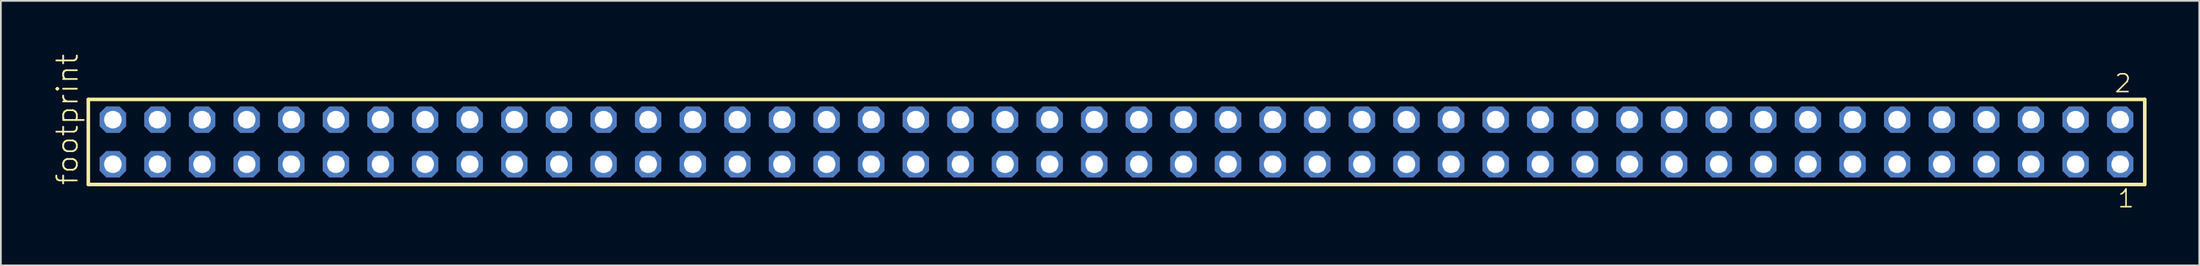
<source format=kicad_pcb>
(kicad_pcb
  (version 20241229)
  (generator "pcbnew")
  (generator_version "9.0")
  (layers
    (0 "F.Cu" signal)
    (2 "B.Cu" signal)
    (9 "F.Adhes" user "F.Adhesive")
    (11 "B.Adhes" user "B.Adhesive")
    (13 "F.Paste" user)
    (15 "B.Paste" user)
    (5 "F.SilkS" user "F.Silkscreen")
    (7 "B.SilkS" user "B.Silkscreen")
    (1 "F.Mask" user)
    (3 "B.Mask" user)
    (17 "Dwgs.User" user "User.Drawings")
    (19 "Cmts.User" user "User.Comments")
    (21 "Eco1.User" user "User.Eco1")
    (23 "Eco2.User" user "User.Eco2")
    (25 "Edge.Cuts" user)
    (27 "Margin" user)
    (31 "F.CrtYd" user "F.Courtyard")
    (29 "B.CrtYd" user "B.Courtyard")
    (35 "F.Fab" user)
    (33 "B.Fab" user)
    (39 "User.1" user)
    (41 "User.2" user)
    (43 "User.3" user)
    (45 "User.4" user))
  (footprint "footprint"
    (layer "F.Cu")
    (at 60.528 5.042)
    (property "Reference" "footprint" (at -59.055 2.54 90) (layer "F.SilkS") (effects (font (size 1.168 1.168) (thickness 0.102)) (justify left bottom)))
    (fp_line (start -58.549 -2.425) (end 58.549 -2.425) (stroke (width 0.203) (type solid)) (layer "F.SilkS"))
    (fp_line (start -58.549 2.425) (end -58.549 -2.425) (stroke (width 0.203) (type solid)) (layer "F.SilkS"))
    (fp_line (start 58.549 -2.425) (end 58.549 2.425) (stroke (width 0.203) (type solid)) (layer "F.SilkS"))
    (fp_line (start 58.549 2.425) (end -58.549 2.425) (stroke (width 0.203) (type solid)) (layer "F.SilkS"))
    (fp_poly (pts (xy -57.5 -0.92) (xy -56.8 -0.92) (xy -56.8 -1.62) (xy -57.5 -1.62)) (stroke (width 0.1) (type solid)) (fill no) (layer "F.Fab"))
    (fp_poly (pts (xy -57.5 1.62) (xy -56.8 1.62) (xy -56.8 0.92) (xy -57.5 0.92)) (stroke (width 0.1) (type solid)) (fill no) (layer "F.Fab"))
    (fp_poly (pts (xy -54.96 -0.92) (xy -54.26 -0.92) (xy -54.26 -1.62) (xy -54.96 -1.62)) (stroke (width 0.1) (type solid)) (fill no) (layer "F.Fab"))
    (fp_poly (pts (xy -54.96 1.62) (xy -54.26 1.62) (xy -54.26 0.92) (xy -54.96 0.92)) (stroke (width 0.1) (type solid)) (fill no) (layer "F.Fab"))
    (fp_poly (pts (xy -52.42 -0.92) (xy -51.72 -0.92) (xy -51.72 -1.62) (xy -52.42 -1.62)) (stroke (width 0.1) (type solid)) (fill no) (layer "F.Fab"))
    (fp_poly (pts (xy -52.42 1.62) (xy -51.72 1.62) (xy -51.72 0.92) (xy -52.42 0.92)) (stroke (width 0.1) (type solid)) (fill no) (layer "F.Fab"))
    (fp_poly (pts (xy -49.88 -0.92) (xy -49.18 -0.92) (xy -49.18 -1.62) (xy -49.88 -1.62)) (stroke (width 0.1) (type solid)) (fill no) (layer "F.Fab"))
    (fp_poly (pts (xy -49.88 1.62) (xy -49.18 1.62) (xy -49.18 0.92) (xy -49.88 0.92)) (stroke (width 0.1) (type solid)) (fill no) (layer "F.Fab"))
    (fp_poly (pts (xy -47.34 -0.92) (xy -46.64 -0.92) (xy -46.64 -1.62) (xy -47.34 -1.62)) (stroke (width 0.1) (type solid)) (fill no) (layer "F.Fab"))
    (fp_poly (pts (xy -47.34 1.62) (xy -46.64 1.62) (xy -46.64 0.92) (xy -47.34 0.92)) (stroke (width 0.1) (type solid)) (fill no) (layer "F.Fab"))
    (fp_poly (pts (xy -44.8 -0.92) (xy -44.1 -0.92) (xy -44.1 -1.62) (xy -44.8 -1.62)) (stroke (width 0.1) (type solid)) (fill no) (layer "F.Fab"))
    (fp_poly (pts (xy -44.8 1.62) (xy -44.1 1.62) (xy -44.1 0.92) (xy -44.8 0.92)) (stroke (width 0.1) (type solid)) (fill no) (layer "F.Fab"))
    (fp_poly (pts (xy -42.26 -0.92) (xy -41.56 -0.92) (xy -41.56 -1.62) (xy -42.26 -1.62)) (stroke (width 0.1) (type solid)) (fill no) (layer "F.Fab"))
    (fp_poly (pts (xy -42.26 1.62) (xy -41.56 1.62) (xy -41.56 0.92) (xy -42.26 0.92)) (stroke (width 0.1) (type solid)) (fill no) (layer "F.Fab"))
    (fp_poly (pts (xy -39.72 -0.92) (xy -39.02 -0.92) (xy -39.02 -1.62) (xy -39.72 -1.62)) (stroke (width 0.1) (type solid)) (fill no) (layer "F.Fab"))
    (fp_poly (pts (xy -39.72 1.62) (xy -39.02 1.62) (xy -39.02 0.92) (xy -39.72 0.92)) (stroke (width 0.1) (type solid)) (fill no) (layer "F.Fab"))
    (fp_poly (pts (xy -37.18 -0.92) (xy -36.48 -0.92) (xy -36.48 -1.62) (xy -37.18 -1.62)) (stroke (width 0.1) (type solid)) (fill no) (layer "F.Fab"))
    (fp_poly (pts (xy -37.18 1.62) (xy -36.48 1.62) (xy -36.48 0.92) (xy -37.18 0.92)) (stroke (width 0.1) (type solid)) (fill no) (layer "F.Fab"))
    (fp_poly (pts (xy -34.64 -0.92) (xy -33.94 -0.92) (xy -33.94 -1.62) (xy -34.64 -1.62)) (stroke (width 0.1) (type solid)) (fill no) (layer "F.Fab"))
    (fp_poly (pts (xy -34.64 1.62) (xy -33.94 1.62) (xy -33.94 0.92) (xy -34.64 0.92)) (stroke (width 0.1) (type solid)) (fill no) (layer "F.Fab"))
    (fp_poly (pts (xy -32.1 -0.92) (xy -31.4 -0.92) (xy -31.4 -1.62) (xy -32.1 -1.62)) (stroke (width 0.1) (type solid)) (fill no) (layer "F.Fab"))
    (fp_poly (pts (xy -32.1 1.62) (xy -31.4 1.62) (xy -31.4 0.92) (xy -32.1 0.92)) (stroke (width 0.1) (type solid)) (fill no) (layer "F.Fab"))
    (fp_poly (pts (xy -29.56 -0.92) (xy -28.86 -0.92) (xy -28.86 -1.62) (xy -29.56 -1.62)) (stroke (width 0.1) (type solid)) (fill no) (layer "F.Fab"))
    (fp_poly (pts (xy -29.56 1.62) (xy -28.86 1.62) (xy -28.86 0.92) (xy -29.56 0.92)) (stroke (width 0.1) (type solid)) (fill no) (layer "F.Fab"))
    (fp_poly (pts (xy -27.02 -0.92) (xy -26.32 -0.92) (xy -26.32 -1.62) (xy -27.02 -1.62)) (stroke (width 0.1) (type solid)) (fill no) (layer "F.Fab"))
    (fp_poly (pts (xy -27.02 1.62) (xy -26.32 1.62) (xy -26.32 0.92) (xy -27.02 0.92)) (stroke (width 0.1) (type solid)) (fill no) (layer "F.Fab"))
    (fp_poly (pts (xy -24.48 -0.92) (xy -23.78 -0.92) (xy -23.78 -1.62) (xy -24.48 -1.62)) (stroke (width 0.1) (type solid)) (fill no) (layer "F.Fab"))
    (fp_poly (pts (xy -24.48 1.62) (xy -23.78 1.62) (xy -23.78 0.92) (xy -24.48 0.92)) (stroke (width 0.1) (type solid)) (fill no) (layer "F.Fab"))
    (fp_poly (pts (xy -21.94 -0.92) (xy -21.24 -0.92) (xy -21.24 -1.62) (xy -21.94 -1.62)) (stroke (width 0.1) (type solid)) (fill no) (layer "F.Fab"))
    (fp_poly (pts (xy -21.94 1.62) (xy -21.24 1.62) (xy -21.24 0.92) (xy -21.94 0.92)) (stroke (width 0.1) (type solid)) (fill no) (layer "F.Fab"))
    (fp_poly (pts (xy -19.4 -0.92) (xy -18.7 -0.92) (xy -18.7 -1.62) (xy -19.4 -1.62)) (stroke (width 0.1) (type solid)) (fill no) (layer "F.Fab"))
    (fp_poly (pts (xy -19.4 1.62) (xy -18.7 1.62) (xy -18.7 0.92) (xy -19.4 0.92)) (stroke (width 0.1) (type solid)) (fill no) (layer "F.Fab"))
    (fp_poly (pts (xy -16.86 -0.92) (xy -16.16 -0.92) (xy -16.16 -1.62) (xy -16.86 -1.62)) (stroke (width 0.1) (type solid)) (fill no) (layer "F.Fab"))
    (fp_poly (pts (xy -16.86 1.62) (xy -16.16 1.62) (xy -16.16 0.92) (xy -16.86 0.92)) (stroke (width 0.1) (type solid)) (fill no) (layer "F.Fab"))
    (fp_poly (pts (xy -14.32 -0.92) (xy -13.62 -0.92) (xy -13.62 -1.62) (xy -14.32 -1.62)) (stroke (width 0.1) (type solid)) (fill no) (layer "F.Fab"))
    (fp_poly (pts (xy -14.32 1.62) (xy -13.62 1.62) (xy -13.62 0.92) (xy -14.32 0.92)) (stroke (width 0.1) (type solid)) (fill no) (layer "F.Fab"))
    (fp_poly (pts (xy -11.78 -0.92) (xy -11.08 -0.92) (xy -11.08 -1.62) (xy -11.78 -1.62)) (stroke (width 0.1) (type solid)) (fill no) (layer "F.Fab"))
    (fp_poly (pts (xy -11.78 1.62) (xy -11.08 1.62) (xy -11.08 0.92) (xy -11.78 0.92)) (stroke (width 0.1) (type solid)) (fill no) (layer "F.Fab"))
    (fp_poly (pts (xy -9.24 -0.92) (xy -8.54 -0.92) (xy -8.54 -1.62) (xy -9.24 -1.62)) (stroke (width 0.1) (type solid)) (fill no) (layer "F.Fab"))
    (fp_poly (pts (xy -9.24 1.62) (xy -8.54 1.62) (xy -8.54 0.92) (xy -9.24 0.92)) (stroke (width 0.1) (type solid)) (fill no) (layer "F.Fab"))
    (fp_poly (pts (xy -6.7 -0.92) (xy -6 -0.92) (xy -6 -1.62) (xy -6.7 -1.62)) (stroke (width 0.1) (type solid)) (fill no) (layer "F.Fab"))
    (fp_poly (pts (xy -6.7 1.62) (xy -6 1.62) (xy -6 0.92) (xy -6.7 0.92)) (stroke (width 0.1) (type solid)) (fill no) (layer "F.Fab"))
    (fp_poly (pts (xy -4.16 -0.92) (xy -3.46 -0.92) (xy -3.46 -1.62) (xy -4.16 -1.62)) (stroke (width 0.1) (type solid)) (fill no) (layer "F.Fab"))
    (fp_poly (pts (xy -4.16 1.62) (xy -3.46 1.62) (xy -3.46 0.92) (xy -4.16 0.92)) (stroke (width 0.1) (type solid)) (fill no) (layer "F.Fab"))
    (fp_poly (pts (xy -1.62 -0.92) (xy -0.92 -0.92) (xy -0.92 -1.62) (xy -1.62 -1.62)) (stroke (width 0.1) (type solid)) (fill no) (layer "F.Fab"))
    (fp_poly (pts (xy -1.62 1.62) (xy -0.92 1.62) (xy -0.92 0.92) (xy -1.62 0.92)) (stroke (width 0.1) (type solid)) (fill no) (layer "F.Fab"))
    (fp_poly (pts (xy 0.92 -0.92) (xy 1.62 -0.92) (xy 1.62 -1.62) (xy 0.92 -1.62)) (stroke (width 0.1) (type solid)) (fill no) (layer "F.Fab"))
    (fp_poly (pts (xy 0.92 1.62) (xy 1.62 1.62) (xy 1.62 0.92) (xy 0.92 0.92)) (stroke (width 0.1) (type solid)) (fill no) (layer "F.Fab"))
    (fp_poly (pts (xy 3.46 -0.92) (xy 4.16 -0.92) (xy 4.16 -1.62) (xy 3.46 -1.62)) (stroke (width 0.1) (type solid)) (fill no) (layer "F.Fab"))
    (fp_poly (pts (xy 3.46 1.62) (xy 4.16 1.62) (xy 4.16 0.92) (xy 3.46 0.92)) (stroke (width 0.1) (type solid)) (fill no) (layer "F.Fab"))
    (fp_poly (pts (xy 6 -0.92) (xy 6.7 -0.92) (xy 6.7 -1.62) (xy 6 -1.62)) (stroke (width 0.1) (type solid)) (fill no) (layer "F.Fab"))
    (fp_poly (pts (xy 6 1.62) (xy 6.7 1.62) (xy 6.7 0.92) (xy 6 0.92)) (stroke (width 0.1) (type solid)) (fill no) (layer "F.Fab"))
    (fp_poly (pts (xy 8.54 -0.92) (xy 9.24 -0.92) (xy 9.24 -1.62) (xy 8.54 -1.62)) (stroke (width 0.1) (type solid)) (fill no) (layer "F.Fab"))
    (fp_poly (pts (xy 8.54 1.62) (xy 9.24 1.62) (xy 9.24 0.92) (xy 8.54 0.92)) (stroke (width 0.1) (type solid)) (fill no) (layer "F.Fab"))
    (fp_poly (pts (xy 11.08 -0.92) (xy 11.78 -0.92) (xy 11.78 -1.62) (xy 11.08 -1.62)) (stroke (width 0.1) (type solid)) (fill no) (layer "F.Fab"))
    (fp_poly (pts (xy 11.08 1.62) (xy 11.78 1.62) (xy 11.78 0.92) (xy 11.08 0.92)) (stroke (width 0.1) (type solid)) (fill no) (layer "F.Fab"))
    (fp_poly (pts (xy 13.62 -0.92) (xy 14.32 -0.92) (xy 14.32 -1.62) (xy 13.62 -1.62)) (stroke (width 0.1) (type solid)) (fill no) (layer "F.Fab"))
    (fp_poly (pts (xy 13.62 1.62) (xy 14.32 1.62) (xy 14.32 0.92) (xy 13.62 0.92)) (stroke (width 0.1) (type solid)) (fill no) (layer "F.Fab"))
    (fp_poly (pts (xy 16.16 -0.92) (xy 16.86 -0.92) (xy 16.86 -1.62) (xy 16.16 -1.62)) (stroke (width 0.1) (type solid)) (fill no) (layer "F.Fab"))
    (fp_poly (pts (xy 16.16 1.62) (xy 16.86 1.62) (xy 16.86 0.92) (xy 16.16 0.92)) (stroke (width 0.1) (type solid)) (fill no) (layer "F.Fab"))
    (fp_poly (pts (xy 18.7 -0.92) (xy 19.4 -0.92) (xy 19.4 -1.62) (xy 18.7 -1.62)) (stroke (width 0.1) (type solid)) (fill no) (layer "F.Fab"))
    (fp_poly (pts (xy 18.7 1.62) (xy 19.4 1.62) (xy 19.4 0.92) (xy 18.7 0.92)) (stroke (width 0.1) (type solid)) (fill no) (layer "F.Fab"))
    (fp_poly (pts (xy 21.24 -0.92) (xy 21.94 -0.92) (xy 21.94 -1.62) (xy 21.24 -1.62)) (stroke (width 0.1) (type solid)) (fill no) (layer "F.Fab"))
    (fp_poly (pts (xy 21.24 1.62) (xy 21.94 1.62) (xy 21.94 0.92) (xy 21.24 0.92)) (stroke (width 0.1) (type solid)) (fill no) (layer "F.Fab"))
    (fp_poly (pts (xy 23.78 -0.92) (xy 24.48 -0.92) (xy 24.48 -1.62) (xy 23.78 -1.62)) (stroke (width 0.1) (type solid)) (fill no) (layer "F.Fab"))
    (fp_poly (pts (xy 23.78 1.62) (xy 24.48 1.62) (xy 24.48 0.92) (xy 23.78 0.92)) (stroke (width 0.1) (type solid)) (fill no) (layer "F.Fab"))
    (fp_poly (pts (xy 26.32 -0.92) (xy 27.02 -0.92) (xy 27.02 -1.62) (xy 26.32 -1.62)) (stroke (width 0.1) (type solid)) (fill no) (layer "F.Fab"))
    (fp_poly (pts (xy 26.32 1.62) (xy 27.02 1.62) (xy 27.02 0.92) (xy 26.32 0.92)) (stroke (width 0.1) (type solid)) (fill no) (layer "F.Fab"))
    (fp_poly (pts (xy 28.86 -0.92) (xy 29.56 -0.92) (xy 29.56 -1.62) (xy 28.86 -1.62)) (stroke (width 0.1) (type solid)) (fill no) (layer "F.Fab"))
    (fp_poly (pts (xy 28.86 1.62) (xy 29.56 1.62) (xy 29.56 0.92) (xy 28.86 0.92)) (stroke (width 0.1) (type solid)) (fill no) (layer "F.Fab"))
    (fp_poly (pts (xy 31.4 -0.92) (xy 32.1 -0.92) (xy 32.1 -1.62) (xy 31.4 -1.62)) (stroke (width 0.1) (type solid)) (fill no) (layer "F.Fab"))
    (fp_poly (pts (xy 31.4 1.62) (xy 32.1 1.62) (xy 32.1 0.92) (xy 31.4 0.92)) (stroke (width 0.1) (type solid)) (fill no) (layer "F.Fab"))
    (fp_poly (pts (xy 33.94 -0.92) (xy 34.64 -0.92) (xy 34.64 -1.62) (xy 33.94 -1.62)) (stroke (width 0.1) (type solid)) (fill no) (layer "F.Fab"))
    (fp_poly (pts (xy 33.94 1.62) (xy 34.64 1.62) (xy 34.64 0.92) (xy 33.94 0.92)) (stroke (width 0.1) (type solid)) (fill no) (layer "F.Fab"))
    (fp_poly (pts (xy 36.48 -0.92) (xy 37.18 -0.92) (xy 37.18 -1.62) (xy 36.48 -1.62)) (stroke (width 0.1) (type solid)) (fill no) (layer "F.Fab"))
    (fp_poly (pts (xy 36.48 1.62) (xy 37.18 1.62) (xy 37.18 0.92) (xy 36.48 0.92)) (stroke (width 0.1) (type solid)) (fill no) (layer "F.Fab"))
    (fp_poly (pts (xy 39.02 -0.92) (xy 39.72 -0.92) (xy 39.72 -1.62) (xy 39.02 -1.62)) (stroke (width 0.1) (type solid)) (fill no) (layer "F.Fab"))
    (fp_poly (pts (xy 39.02 1.62) (xy 39.72 1.62) (xy 39.72 0.92) (xy 39.02 0.92)) (stroke (width 0.1) (type solid)) (fill no) (layer "F.Fab"))
    (fp_poly (pts (xy 41.56 -0.92) (xy 42.26 -0.92) (xy 42.26 -1.62) (xy 41.56 -1.62)) (stroke (width 0.1) (type solid)) (fill no) (layer "F.Fab"))
    (fp_poly (pts (xy 41.56 1.62) (xy 42.26 1.62) (xy 42.26 0.92) (xy 41.56 0.92)) (stroke (width 0.1) (type solid)) (fill no) (layer "F.Fab"))
    (fp_poly (pts (xy 44.1 -0.92) (xy 44.8 -0.92) (xy 44.8 -1.62) (xy 44.1 -1.62)) (stroke (width 0.1) (type solid)) (fill no) (layer "F.Fab"))
    (fp_poly (pts (xy 44.1 1.62) (xy 44.8 1.62) (xy 44.8 0.92) (xy 44.1 0.92)) (stroke (width 0.1) (type solid)) (fill no) (layer "F.Fab"))
    (fp_poly (pts (xy 46.64 -0.92) (xy 47.34 -0.92) (xy 47.34 -1.62) (xy 46.64 -1.62)) (stroke (width 0.1) (type solid)) (fill no) (layer "F.Fab"))
    (fp_poly (pts (xy 46.64 1.62) (xy 47.34 1.62) (xy 47.34 0.92) (xy 46.64 0.92)) (stroke (width 0.1) (type solid)) (fill no) (layer "F.Fab"))
    (fp_poly (pts (xy 49.18 -0.92) (xy 49.88 -0.92) (xy 49.88 -1.62) (xy 49.18 -1.62)) (stroke (width 0.1) (type solid)) (fill no) (layer "F.Fab"))
    (fp_poly (pts (xy 49.18 1.62) (xy 49.88 1.62) (xy 49.88 0.92) (xy 49.18 0.92)) (stroke (width 0.1) (type solid)) (fill no) (layer "F.Fab"))
    (fp_poly (pts (xy 51.72 -0.92) (xy 52.42 -0.92) (xy 52.42 -1.62) (xy 51.72 -1.62)) (stroke (width 0.1) (type solid)) (fill no) (layer "F.Fab"))
    (fp_poly (pts (xy 51.72 1.62) (xy 52.42 1.62) (xy 52.42 0.92) (xy 51.72 0.92)) (stroke (width 0.1) (type solid)) (fill no) (layer "F.Fab"))
    (fp_poly (pts (xy 54.26 -0.92) (xy 54.96 -0.92) (xy 54.96 -1.62) (xy 54.26 -1.62)) (stroke (width 0.1) (type solid)) (fill no) (layer "F.Fab"))
    (fp_poly (pts (xy 54.26 1.62) (xy 54.96 1.62) (xy 54.96 0.92) (xy 54.26 0.92)) (stroke (width 0.1) (type solid)) (fill no) (layer "F.Fab"))
    (fp_poly (pts (xy 56.8 -0.92) (xy 57.5 -0.92) (xy 57.5 -1.62) (xy 56.8 -1.62)) (stroke (width 0.1) (type solid)) (fill no) (layer "F.Fab"))
    (fp_poly (pts (xy 56.8 1.62) (xy 57.5 1.62) (xy 57.5 0.92) (xy 56.8 0.92)) (stroke (width 0.1) (type solid)) (fill no) (layer "F.Fab"))
    (fp_text user "2" (at 56.767 -2.744 0) (layer "F.SilkS") (effects (font (size 1.012 1.012) (thickness 0.088)) (justify left bottom)))
    (fp_text user "1" (at 56.942 3.818 0) (layer "F.SilkS") (effects (font (size 1.012 1.012) (thickness 0.088)) (justify left bottom)))
    (pad "1" thru_hole roundrect (at 57.15 1.27 180) (size 1.5 1.5) (drill 1) (layers "*.Cu" "*.Mask") (roundrect_rratio 0.25) (chamfer_ratio 0.25) (chamfer top_left top_right bottom_left bottom_right))
    (pad "2" thru_hole roundrect (at 57.15 -1.27 180) (size 1.5 1.5) (drill 1) (layers "*.Cu" "*.Mask") (roundrect_rratio 0.25) (chamfer_ratio 0.25) (chamfer top_left top_right bottom_left bottom_right))
    (pad "3" thru_hole roundrect (at 54.61 1.27 180) (size 1.5 1.5) (drill 1) (layers "*.Cu" "*.Mask") (roundrect_rratio 0.25) (chamfer_ratio 0.25) (chamfer top_left top_right bottom_left bottom_right))
    (pad "4" thru_hole roundrect (at 54.61 -1.27 180) (size 1.5 1.5) (drill 1) (layers "*.Cu" "*.Mask") (roundrect_rratio 0.25) (chamfer_ratio 0.25) (chamfer top_left top_right bottom_left bottom_right))
    (pad "5" thru_hole roundrect (at 52.07 1.27 180) (size 1.5 1.5) (drill 1) (layers "*.Cu" "*.Mask") (roundrect_rratio 0.25) (chamfer_ratio 0.25) (chamfer top_left top_right bottom_left bottom_right))
    (pad "6" thru_hole roundrect (at 52.07 -1.27 180) (size 1.5 1.5) (drill 1) (layers "*.Cu" "*.Mask") (roundrect_rratio 0.25) (chamfer_ratio 0.25) (chamfer top_left top_right bottom_left bottom_right))
    (pad "7" thru_hole roundrect (at 49.53 1.27 180) (size 1.5 1.5) (drill 1) (layers "*.Cu" "*.Mask") (roundrect_rratio 0.25) (chamfer_ratio 0.25) (chamfer top_left top_right bottom_left bottom_right))
    (pad "8" thru_hole roundrect (at 49.53 -1.27 180) (size 1.5 1.5) (drill 1) (layers "*.Cu" "*.Mask") (roundrect_rratio 0.25) (chamfer_ratio 0.25) (chamfer top_left top_right bottom_left bottom_right))
    (pad "9" thru_hole roundrect (at 46.99 1.27 180) (size 1.5 1.5) (drill 1) (layers "*.Cu" "*.Mask") (roundrect_rratio 0.25) (chamfer_ratio 0.25) (chamfer top_left top_right bottom_left bottom_right))
    (pad "10" thru_hole roundrect (at 46.99 -1.27 180) (size 1.5 1.5) (drill 1) (layers "*.Cu" "*.Mask") (roundrect_rratio 0.25) (chamfer_ratio 0.25) (chamfer top_left top_right bottom_left bottom_right))
    (pad "11" thru_hole roundrect (at 44.45 1.27 180) (size 1.5 1.5) (drill 1) (layers "*.Cu" "*.Mask") (roundrect_rratio 0.25) (chamfer_ratio 0.25) (chamfer top_left top_right bottom_left bottom_right))
    (pad "12" thru_hole roundrect (at 44.45 -1.27 180) (size 1.5 1.5) (drill 1) (layers "*.Cu" "*.Mask") (roundrect_rratio 0.25) (chamfer_ratio 0.25) (chamfer top_left top_right bottom_left bottom_right))
    (pad "13" thru_hole roundrect (at 41.91 1.27 180) (size 1.5 1.5) (drill 1) (layers "*.Cu" "*.Mask") (roundrect_rratio 0.25) (chamfer_ratio 0.25) (chamfer top_left top_right bottom_left bottom_right))
    (pad "14" thru_hole roundrect (at 41.91 -1.27 180) (size 1.5 1.5) (drill 1) (layers "*.Cu" "*.Mask") (roundrect_rratio 0.25) (chamfer_ratio 0.25) (chamfer top_left top_right bottom_left bottom_right))
    (pad "15" thru_hole roundrect (at 39.37 1.27 180) (size 1.5 1.5) (drill 1) (layers "*.Cu" "*.Mask") (roundrect_rratio 0.25) (chamfer_ratio 0.25) (chamfer top_left top_right bottom_left bottom_right))
    (pad "16" thru_hole roundrect (at 39.37 -1.27 180) (size 1.5 1.5) (drill 1) (layers "*.Cu" "*.Mask") (roundrect_rratio 0.25) (chamfer_ratio 0.25) (chamfer top_left top_right bottom_left bottom_right))
    (pad "17" thru_hole roundrect (at 36.83 1.27 180) (size 1.5 1.5) (drill 1) (layers "*.Cu" "*.Mask") (roundrect_rratio 0.25) (chamfer_ratio 0.25) (chamfer top_left top_right bottom_left bottom_right))
    (pad "18" thru_hole roundrect (at 36.83 -1.27 180) (size 1.5 1.5) (drill 1) (layers "*.Cu" "*.Mask") (roundrect_rratio 0.25) (chamfer_ratio 0.25) (chamfer top_left top_right bottom_left bottom_right))
    (pad "19" thru_hole roundrect (at 34.29 1.27 180) (size 1.5 1.5) (drill 1) (layers "*.Cu" "*.Mask") (roundrect_rratio 0.25) (chamfer_ratio 0.25) (chamfer top_left top_right bottom_left bottom_right))
    (pad "20" thru_hole roundrect (at 34.29 -1.27 180) (size 1.5 1.5) (drill 1) (layers "*.Cu" "*.Mask") (roundrect_rratio 0.25) (chamfer_ratio 0.25) (chamfer top_left top_right bottom_left bottom_right))
    (pad "21" thru_hole roundrect (at 31.75 1.27 180) (size 1.5 1.5) (drill 1) (layers "*.Cu" "*.Mask") (roundrect_rratio 0.25) (chamfer_ratio 0.25) (chamfer top_left top_right bottom_left bottom_right))
    (pad "22" thru_hole roundrect (at 31.75 -1.27 180) (size 1.5 1.5) (drill 1) (layers "*.Cu" "*.Mask") (roundrect_rratio 0.25) (chamfer_ratio 0.25) (chamfer top_left top_right bottom_left bottom_right))
    (pad "23" thru_hole roundrect (at 29.21 1.27 180) (size 1.5 1.5) (drill 1) (layers "*.Cu" "*.Mask") (roundrect_rratio 0.25) (chamfer_ratio 0.25) (chamfer top_left top_right bottom_left bottom_right))
    (pad "24" thru_hole roundrect (at 29.21 -1.27 180) (size 1.5 1.5) (drill 1) (layers "*.Cu" "*.Mask") (roundrect_rratio 0.25) (chamfer_ratio 0.25) (chamfer top_left top_right bottom_left bottom_right))
    (pad "25" thru_hole roundrect (at 26.67 1.27 180) (size 1.5 1.5) (drill 1) (layers "*.Cu" "*.Mask") (roundrect_rratio 0.25) (chamfer_ratio 0.25) (chamfer top_left top_right bottom_left bottom_right))
    (pad "26" thru_hole roundrect (at 26.67 -1.27 180) (size 1.5 1.5) (drill 1) (layers "*.Cu" "*.Mask") (roundrect_rratio 0.25) (chamfer_ratio 0.25) (chamfer top_left top_right bottom_left bottom_right))
    (pad "27" thru_hole roundrect (at 24.13 1.27 180) (size 1.5 1.5) (drill 1) (layers "*.Cu" "*.Mask") (roundrect_rratio 0.25) (chamfer_ratio 0.25) (chamfer top_left top_right bottom_left bottom_right))
    (pad "28" thru_hole roundrect (at 24.13 -1.27 180) (size 1.5 1.5) (drill 1) (layers "*.Cu" "*.Mask") (roundrect_rratio 0.25) (chamfer_ratio 0.25) (chamfer top_left top_right bottom_left bottom_right))
    (pad "29" thru_hole roundrect (at 21.59 1.27 180) (size 1.5 1.5) (drill 1) (layers "*.Cu" "*.Mask") (roundrect_rratio 0.25) (chamfer_ratio 0.25) (chamfer top_left top_right bottom_left bottom_right))
    (pad "30" thru_hole roundrect (at 21.59 -1.27 180) (size 1.5 1.5) (drill 1) (layers "*.Cu" "*.Mask") (roundrect_rratio 0.25) (chamfer_ratio 0.25) (chamfer top_left top_right bottom_left bottom_right))
    (pad "31" thru_hole roundrect (at 19.05 1.27 180) (size 1.5 1.5) (drill 1) (layers "*.Cu" "*.Mask") (roundrect_rratio 0.25) (chamfer_ratio 0.25) (chamfer top_left top_right bottom_left bottom_right))
    (pad "32" thru_hole roundrect (at 19.05 -1.27 180) (size 1.5 1.5) (drill 1) (layers "*.Cu" "*.Mask") (roundrect_rratio 0.25) (chamfer_ratio 0.25) (chamfer top_left top_right bottom_left bottom_right))
    (pad "33" thru_hole roundrect (at 16.51 1.27 180) (size 1.5 1.5) (drill 1) (layers "*.Cu" "*.Mask") (roundrect_rratio 0.25) (chamfer_ratio 0.25) (chamfer top_left top_right bottom_left bottom_right))
    (pad "34" thru_hole roundrect (at 16.51 -1.27 180) (size 1.5 1.5) (drill 1) (layers "*.Cu" "*.Mask") (roundrect_rratio 0.25) (chamfer_ratio 0.25) (chamfer top_left top_right bottom_left bottom_right))
    (pad "35" thru_hole roundrect (at 13.97 1.27 180) (size 1.5 1.5) (drill 1) (layers "*.Cu" "*.Mask") (roundrect_rratio 0.25) (chamfer_ratio 0.25) (chamfer top_left top_right bottom_left bottom_right))
    (pad "36" thru_hole roundrect (at 13.97 -1.27 180) (size 1.5 1.5) (drill 1) (layers "*.Cu" "*.Mask") (roundrect_rratio 0.25) (chamfer_ratio 0.25) (chamfer top_left top_right bottom_left bottom_right))
    (pad "37" thru_hole roundrect (at 11.43 1.27 180) (size 1.5 1.5) (drill 1) (layers "*.Cu" "*.Mask") (roundrect_rratio 0.25) (chamfer_ratio 0.25) (chamfer top_left top_right bottom_left bottom_right))
    (pad "38" thru_hole roundrect (at 11.43 -1.27 180) (size 1.5 1.5) (drill 1) (layers "*.Cu" "*.Mask") (roundrect_rratio 0.25) (chamfer_ratio 0.25) (chamfer top_left top_right bottom_left bottom_right))
    (pad "39" thru_hole roundrect (at 8.89 1.27 180) (size 1.5 1.5) (drill 1) (layers "*.Cu" "*.Mask") (roundrect_rratio 0.25) (chamfer_ratio 0.25) (chamfer top_left top_right bottom_left bottom_right))
    (pad "40" thru_hole roundrect (at 8.89 -1.27 180) (size 1.5 1.5) (drill 1) (layers "*.Cu" "*.Mask") (roundrect_rratio 0.25) (chamfer_ratio 0.25) (chamfer top_left top_right bottom_left bottom_right))
    (pad "41" thru_hole roundrect (at 6.35 1.27 180) (size 1.5 1.5) (drill 1) (layers "*.Cu" "*.Mask") (roundrect_rratio 0.25) (chamfer_ratio 0.25) (chamfer top_left top_right bottom_left bottom_right))
    (pad "42" thru_hole roundrect (at 6.35 -1.27 180) (size 1.5 1.5) (drill 1) (layers "*.Cu" "*.Mask") (roundrect_rratio 0.25) (chamfer_ratio 0.25) (chamfer top_left top_right bottom_left bottom_right))
    (pad "43" thru_hole roundrect (at 3.81 1.27 180) (size 1.5 1.5) (drill 1) (layers "*.Cu" "*.Mask") (roundrect_rratio 0.25) (chamfer_ratio 0.25) (chamfer top_left top_right bottom_left bottom_right))
    (pad "44" thru_hole roundrect (at 3.81 -1.27 180) (size 1.5 1.5) (drill 1) (layers "*.Cu" "*.Mask") (roundrect_rratio 0.25) (chamfer_ratio 0.25) (chamfer top_left top_right bottom_left bottom_right))
    (pad "45" thru_hole roundrect (at 1.27 1.27 180) (size 1.5 1.5) (drill 1) (layers "*.Cu" "*.Mask") (roundrect_rratio 0.25) (chamfer_ratio 0.25) (chamfer top_left top_right bottom_left bottom_right))
    (pad "46" thru_hole roundrect (at 1.27 -1.27 180) (size 1.5 1.5) (drill 1) (layers "*.Cu" "*.Mask") (roundrect_rratio 0.25) (chamfer_ratio 0.25) (chamfer top_left top_right bottom_left bottom_right))
    (pad "47" thru_hole roundrect (at -1.27 1.27 180) (size 1.5 1.5) (drill 1) (layers "*.Cu" "*.Mask") (roundrect_rratio 0.25) (chamfer_ratio 0.25) (chamfer top_left top_right bottom_left bottom_right))
    (pad "48" thru_hole roundrect (at -1.27 -1.27 180) (size 1.5 1.5) (drill 1) (layers "*.Cu" "*.Mask") (roundrect_rratio 0.25) (chamfer_ratio 0.25) (chamfer top_left top_right bottom_left bottom_right))
    (pad "49" thru_hole roundrect (at -3.81 1.27 180) (size 1.5 1.5) (drill 1) (layers "*.Cu" "*.Mask") (roundrect_rratio 0.25) (chamfer_ratio 0.25) (chamfer top_left top_right bottom_left bottom_right))
    (pad "50" thru_hole roundrect (at -3.81 -1.27 180) (size 1.5 1.5) (drill 1) (layers "*.Cu" "*.Mask") (roundrect_rratio 0.25) (chamfer_ratio 0.25) (chamfer top_left top_right bottom_left bottom_right))
    (pad "51" thru_hole roundrect (at -6.35 1.27 180) (size 1.5 1.5) (drill 1) (layers "*.Cu" "*.Mask") (roundrect_rratio 0.25) (chamfer_ratio 0.25) (chamfer top_left top_right bottom_left bottom_right))
    (pad "52" thru_hole roundrect (at -6.35 -1.27 180) (size 1.5 1.5) (drill 1) (layers "*.Cu" "*.Mask") (roundrect_rratio 0.25) (chamfer_ratio 0.25) (chamfer top_left top_right bottom_left bottom_right))
    (pad "53" thru_hole roundrect (at -8.89 1.27 180) (size 1.5 1.5) (drill 1) (layers "*.Cu" "*.Mask") (roundrect_rratio 0.25) (chamfer_ratio 0.25) (chamfer top_left top_right bottom_left bottom_right))
    (pad "54" thru_hole roundrect (at -8.89 -1.27 180) (size 1.5 1.5) (drill 1) (layers "*.Cu" "*.Mask") (roundrect_rratio 0.25) (chamfer_ratio 0.25) (chamfer top_left top_right bottom_left bottom_right))
    (pad "55" thru_hole roundrect (at -11.43 1.27 180) (size 1.5 1.5) (drill 1) (layers "*.Cu" "*.Mask") (roundrect_rratio 0.25) (chamfer_ratio 0.25) (chamfer top_left top_right bottom_left bottom_right))
    (pad "56" thru_hole roundrect (at -11.43 -1.27 180) (size 1.5 1.5) (drill 1) (layers "*.Cu" "*.Mask") (roundrect_rratio 0.25) (chamfer_ratio 0.25) (chamfer top_left top_right bottom_left bottom_right))
    (pad "57" thru_hole roundrect (at -13.97 1.27 180) (size 1.5 1.5) (drill 1) (layers "*.Cu" "*.Mask") (roundrect_rratio 0.25) (chamfer_ratio 0.25) (chamfer top_left top_right bottom_left bottom_right))
    (pad "58" thru_hole roundrect (at -13.97 -1.27 180) (size 1.5 1.5) (drill 1) (layers "*.Cu" "*.Mask") (roundrect_rratio 0.25) (chamfer_ratio 0.25) (chamfer top_left top_right bottom_left bottom_right))
    (pad "59" thru_hole roundrect (at -16.51 1.27 180) (size 1.5 1.5) (drill 1) (layers "*.Cu" "*.Mask") (roundrect_rratio 0.25) (chamfer_ratio 0.25) (chamfer top_left top_right bottom_left bottom_right))
    (pad "60" thru_hole roundrect (at -16.51 -1.27 180) (size 1.5 1.5) (drill 1) (layers "*.Cu" "*.Mask") (roundrect_rratio 0.25) (chamfer_ratio 0.25) (chamfer top_left top_right bottom_left bottom_right))
    (pad "61" thru_hole roundrect (at -19.05 1.27 180) (size 1.5 1.5) (drill 1) (layers "*.Cu" "*.Mask") (roundrect_rratio 0.25) (chamfer_ratio 0.25) (chamfer top_left top_right bottom_left bottom_right))
    (pad "62" thru_hole roundrect (at -19.05 -1.27 180) (size 1.5 1.5) (drill 1) (layers "*.Cu" "*.Mask") (roundrect_rratio 0.25) (chamfer_ratio 0.25) (chamfer top_left top_right bottom_left bottom_right))
    (pad "63" thru_hole roundrect (at -21.59 1.27 180) (size 1.5 1.5) (drill 1) (layers "*.Cu" "*.Mask") (roundrect_rratio 0.25) (chamfer_ratio 0.25) (chamfer top_left top_right bottom_left bottom_right))
    (pad "64" thru_hole roundrect (at -21.59 -1.27 180) (size 1.5 1.5) (drill 1) (layers "*.Cu" "*.Mask") (roundrect_rratio 0.25) (chamfer_ratio 0.25) (chamfer top_left top_right bottom_left bottom_right))
    (pad "65" thru_hole roundrect (at -24.13 1.27 180) (size 1.5 1.5) (drill 1) (layers "*.Cu" "*.Mask") (roundrect_rratio 0.25) (chamfer_ratio 0.25) (chamfer top_left top_right bottom_left bottom_right))
    (pad "66" thru_hole roundrect (at -24.13 -1.27 180) (size 1.5 1.5) (drill 1) (layers "*.Cu" "*.Mask") (roundrect_rratio 0.25) (chamfer_ratio 0.25) (chamfer top_left top_right bottom_left bottom_right))
    (pad "67" thru_hole roundrect (at -26.67 1.27 180) (size 1.5 1.5) (drill 1) (layers "*.Cu" "*.Mask") (roundrect_rratio 0.25) (chamfer_ratio 0.25) (chamfer top_left top_right bottom_left bottom_right))
    (pad "68" thru_hole roundrect (at -26.67 -1.27 180) (size 1.5 1.5) (drill 1) (layers "*.Cu" "*.Mask") (roundrect_rratio 0.25) (chamfer_ratio 0.25) (chamfer top_left top_right bottom_left bottom_right))
    (pad "69" thru_hole roundrect (at -29.21 1.27 180) (size 1.5 1.5) (drill 1) (layers "*.Cu" "*.Mask") (roundrect_rratio 0.25) (chamfer_ratio 0.25) (chamfer top_left top_right bottom_left bottom_right))
    (pad "70" thru_hole roundrect (at -29.21 -1.27 180) (size 1.5 1.5) (drill 1) (layers "*.Cu" "*.Mask") (roundrect_rratio 0.25) (chamfer_ratio 0.25) (chamfer top_left top_right bottom_left bottom_right))
    (pad "71" thru_hole roundrect (at -31.75 1.27 180) (size 1.5 1.5) (drill 1) (layers "*.Cu" "*.Mask") (roundrect_rratio 0.25) (chamfer_ratio 0.25) (chamfer top_left top_right bottom_left bottom_right))
    (pad "72" thru_hole roundrect (at -31.75 -1.27 180) (size 1.5 1.5) (drill 1) (layers "*.Cu" "*.Mask") (roundrect_rratio 0.25) (chamfer_ratio 0.25) (chamfer top_left top_right bottom_left bottom_right))
    (pad "73" thru_hole roundrect (at -34.29 1.27 180) (size 1.5 1.5) (drill 1) (layers "*.Cu" "*.Mask") (roundrect_rratio 0.25) (chamfer_ratio 0.25) (chamfer top_left top_right bottom_left bottom_right))
    (pad "74" thru_hole roundrect (at -34.29 -1.27 180) (size 1.5 1.5) (drill 1) (layers "*.Cu" "*.Mask") (roundrect_rratio 0.25) (chamfer_ratio 0.25) (chamfer top_left top_right bottom_left bottom_right))
    (pad "75" thru_hole roundrect (at -36.83 1.27 180) (size 1.5 1.5) (drill 1) (layers "*.Cu" "*.Mask") (roundrect_rratio 0.25) (chamfer_ratio 0.25) (chamfer top_left top_right bottom_left bottom_right))
    (pad "76" thru_hole roundrect (at -36.83 -1.27 180) (size 1.5 1.5) (drill 1) (layers "*.Cu" "*.Mask") (roundrect_rratio 0.25) (chamfer_ratio 0.25) (chamfer top_left top_right bottom_left bottom_right))
    (pad "77" thru_hole roundrect (at -39.37 1.27 180) (size 1.5 1.5) (drill 1) (layers "*.Cu" "*.Mask") (roundrect_rratio 0.25) (chamfer_ratio 0.25) (chamfer top_left top_right bottom_left bottom_right))
    (pad "78" thru_hole roundrect (at -39.37 -1.27 180) (size 1.5 1.5) (drill 1) (layers "*.Cu" "*.Mask") (roundrect_rratio 0.25) (chamfer_ratio 0.25) (chamfer top_left top_right bottom_left bottom_right))
    (pad "79" thru_hole roundrect (at -41.91 1.27 180) (size 1.5 1.5) (drill 1) (layers "*.Cu" "*.Mask") (roundrect_rratio 0.25) (chamfer_ratio 0.25) (chamfer top_left top_right bottom_left bottom_right))
    (pad "80" thru_hole roundrect (at -41.91 -1.27 180) (size 1.5 1.5) (drill 1) (layers "*.Cu" "*.Mask") (roundrect_rratio 0.25) (chamfer_ratio 0.25) (chamfer top_left top_right bottom_left bottom_right))
    (pad "81" thru_hole roundrect (at -44.45 1.27 180) (size 1.5 1.5) (drill 1) (layers "*.Cu" "*.Mask") (roundrect_rratio 0.25) (chamfer_ratio 0.25) (chamfer top_left top_right bottom_left bottom_right))
    (pad "82" thru_hole roundrect (at -44.45 -1.27 180) (size 1.5 1.5) (drill 1) (layers "*.Cu" "*.Mask") (roundrect_rratio 0.25) (chamfer_ratio 0.25) (chamfer top_left top_right bottom_left bottom_right))
    (pad "83" thru_hole roundrect (at -46.99 1.27 180) (size 1.5 1.5) (drill 1) (layers "*.Cu" "*.Mask") (roundrect_rratio 0.25) (chamfer_ratio 0.25) (chamfer top_left top_right bottom_left bottom_right))
    (pad "84" thru_hole roundrect (at -46.99 -1.27 180) (size 1.5 1.5) (drill 1) (layers "*.Cu" "*.Mask") (roundrect_rratio 0.25) (chamfer_ratio 0.25) (chamfer top_left top_right bottom_left bottom_right))
    (pad "85" thru_hole roundrect (at -49.53 1.27 180) (size 1.5 1.5) (drill 1) (layers "*.Cu" "*.Mask") (roundrect_rratio 0.25) (chamfer_ratio 0.25) (chamfer top_left top_right bottom_left bottom_right))
    (pad "86" thru_hole roundrect (at -49.53 -1.27 180) (size 1.5 1.5) (drill 1) (layers "*.Cu" "*.Mask") (roundrect_rratio 0.25) (chamfer_ratio 0.25) (chamfer top_left top_right bottom_left bottom_right))
    (pad "87" thru_hole roundrect (at -52.07 1.27 180) (size 1.5 1.5) (drill 1) (layers "*.Cu" "*.Mask") (roundrect_rratio 0.25) (chamfer_ratio 0.25) (chamfer top_left top_right bottom_left bottom_right))
    (pad "88" thru_hole roundrect (at -52.07 -1.27 180) (size 1.5 1.5) (drill 1) (layers "*.Cu" "*.Mask") (roundrect_rratio 0.25) (chamfer_ratio 0.25) (chamfer top_left top_right bottom_left bottom_right))
    (pad "89" thru_hole roundrect (at -54.61 1.27 180) (size 1.5 1.5) (drill 1) (layers "*.Cu" "*.Mask") (roundrect_rratio 0.25) (chamfer_ratio 0.25) (chamfer top_left top_right bottom_left bottom_right))
    (pad "90" thru_hole roundrect (at -54.61 -1.27 180) (size 1.5 1.5) (drill 1) (layers "*.Cu" "*.Mask") (roundrect_rratio 0.25) (chamfer_ratio 0.25) (chamfer top_left top_right bottom_left bottom_right))
    (pad "91" thru_hole roundrect (at -57.15 1.27 180) (size 1.5 1.5) (drill 1) (layers "*.Cu" "*.Mask") (roundrect_rratio 0.25) (chamfer_ratio 0.25) (chamfer top_left top_right bottom_left bottom_right))
    (pad "92" thru_hole roundrect (at -57.15 -1.27 180) (size 1.5 1.5) (drill 1) (layers "*.Cu" "*.Mask") (roundrect_rratio 0.25) (chamfer_ratio 0.25) (chamfer top_left top_right bottom_left bottom_right)))
  (gr_rect
    (start -3 -3)
    (end 122.179 12.077)
    (stroke (width 0.1) (type default))
    (fill no)
    (layer "Edge.Cuts")))
</source>
